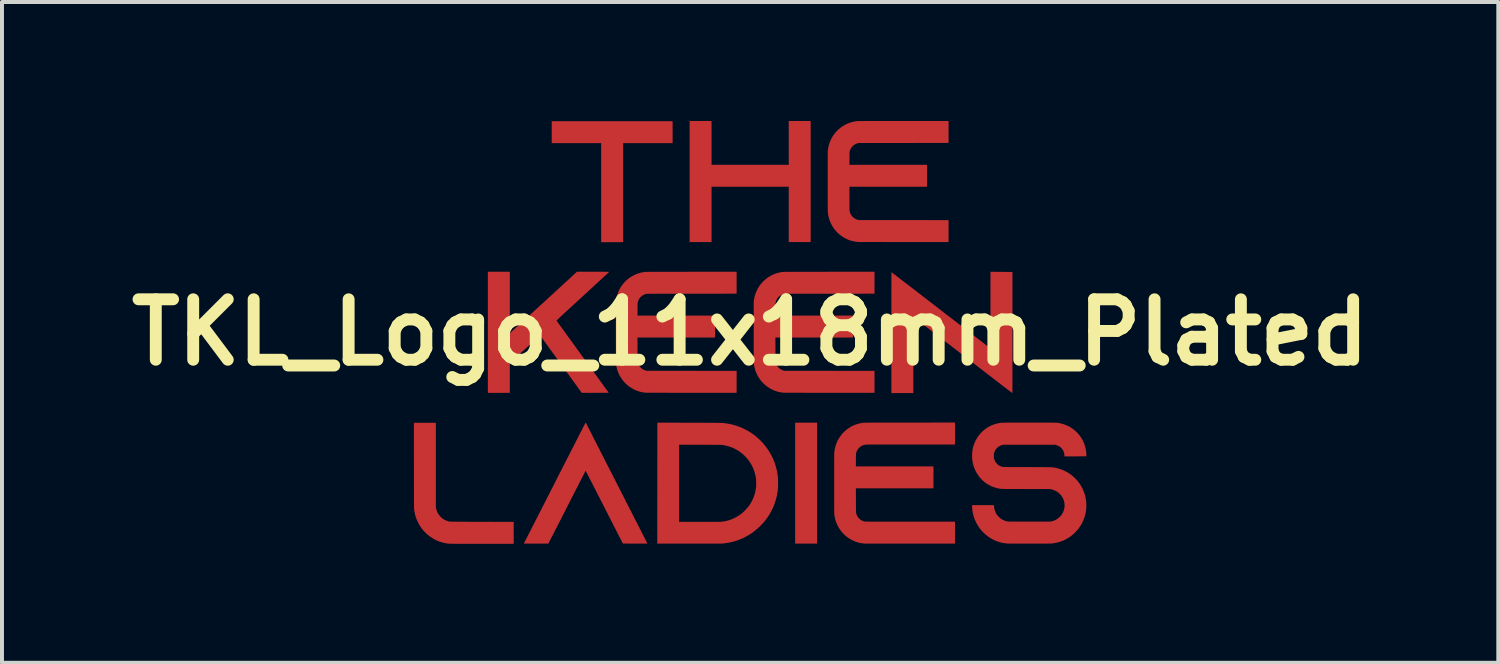
<source format=kicad_pcb>
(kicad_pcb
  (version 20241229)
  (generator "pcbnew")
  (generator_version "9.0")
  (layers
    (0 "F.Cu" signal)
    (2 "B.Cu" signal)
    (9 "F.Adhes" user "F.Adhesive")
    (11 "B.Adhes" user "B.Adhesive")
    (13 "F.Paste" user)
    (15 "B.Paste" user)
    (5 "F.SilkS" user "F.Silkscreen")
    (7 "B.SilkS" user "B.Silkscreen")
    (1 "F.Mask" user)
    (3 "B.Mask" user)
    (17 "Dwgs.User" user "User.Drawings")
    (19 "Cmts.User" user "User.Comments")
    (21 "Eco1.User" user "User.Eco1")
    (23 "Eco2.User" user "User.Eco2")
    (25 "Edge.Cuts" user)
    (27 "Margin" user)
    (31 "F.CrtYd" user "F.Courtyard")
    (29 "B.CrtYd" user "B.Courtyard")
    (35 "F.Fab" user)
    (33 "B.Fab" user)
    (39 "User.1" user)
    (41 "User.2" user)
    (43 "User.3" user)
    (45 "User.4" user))
  (footprint "TKL_Logo_11x18mm_Plated"
    (layer "F.Cu")
    (at 15.864 5.331)
    (property "Reference" "TKL_Logo_11x18mm_Plated" (at 0 0 0) (layer "F.SilkS") (effects (font (size 1.524 1.524) (thickness 0.3))))
    (attr through_hole)
    (pad "1" smd custom (at -8.179 3.912) (size 0.5 0.5) (layers "F.Cu" "F.Mask") (options (anchor circle)) (primitives (gr_poly (pts (xy 0.25 0.503) (xy 0.256 0.533) (xy 0.269 0.577) (xy 0.286 0.62) (xy 0.307 0.66) (xy 0.333 0.698) (xy 0.363 0.733) (xy 0.396 0.766) (xy 0.433 0.794) (xy 0.44 0.799) (xy 0.464 0.813) (xy 0.491 0.827) (xy 0.519 0.84) (xy 0.542 0.848) (xy 0.547 0.85) (xy 0.552 0.852) (xy 0.557 0.853) (xy 0.561 0.855) (xy 0.565 0.856) (xy 0.57 0.857) (xy 0.574 0.859) (xy 0.58 0.86) (xy 0.586 0.861) (xy 0.593 0.862) (xy 0.601 0.862) (xy 0.611 0.863) (xy 0.622 0.864) (xy 0.635 0.864) (xy 0.649 0.865) (xy 0.666 0.865) (xy 0.685 0.865) (xy 0.707 0.866) (xy 0.732 0.866) (xy 0.759 0.866) (xy 0.79 0.867) (xy 0.823 0.867) (xy 0.861 0.867) (xy 0.902 0.867) (xy 0.947 0.867) (xy 0.996 0.867) (xy 1.049 0.868) (xy 1.107 0.868) (xy 1.17 0.868) (xy 1.233 0.868) (xy 1.291 0.868) (xy 1.35 0.869) (xy 1.408 0.869) (xy 1.466 0.869) (xy 1.523 0.869) (xy 1.578 0.869) (xy 1.632 0.869) (xy 1.685 0.87) (xy 1.735 0.87) (xy 1.783 0.87) (xy 1.828 0.87) (xy 1.87 0.87) (xy 1.908 0.87) (xy 1.943 0.87) (xy 1.974 0.87) (xy 2.001 0.87) (xy 2.023 0.871) (xy 2.035 0.871) (xy 2.213 0.871) (xy 2.213 1.414) (xy 1.419 1.414) (xy 1.355 1.414) (xy 1.293 1.414) (xy 1.232 1.414) (xy 1.172 1.414) (xy 1.115 1.414) (xy 1.059 1.414) (xy 1.006 1.413) (xy 0.954 1.413) (xy 0.906 1.413) (xy 0.86 1.413) (xy 0.817 1.413) (xy 0.778 1.413) (xy 0.742 1.413) (xy 0.709 1.413) (xy 0.68 1.412) (xy 0.655 1.412) (xy 0.634 1.412) (xy 0.618 1.412) (xy 0.606 1.412) (xy 0.599 1.412) (xy 0.598 1.412) (xy 0.529 1.404) (xy 0.462 1.391) (xy 0.396 1.374) (xy 0.331 1.352) (xy 0.269 1.325) (xy 0.207 1.294) (xy 0.149 1.258) (xy 0.092 1.219) (xy 0.038 1.175) (xy -0.008 1.131) (xy -0.047 1.09) (xy -0.083 1.049) (xy -0.115 1.006) (xy -0.144 0.961) (xy -0.172 0.912) (xy -0.189 0.88) (xy -0.212 0.831) (xy -0.232 0.783) (xy -0.249 0.735) (xy -0.263 0.686) (xy -0.275 0.635) (xy -0.284 0.58) (xy -0.288 0.556) (xy -0.288 0.553) (xy -0.289 0.55) (xy -0.289 0.546) (xy -0.289 0.541) (xy -0.29 0.536) (xy -0.29 0.53) (xy -0.29 0.522) (xy -0.29 0.513) (xy -0.291 0.503) (xy -0.291 0.491) (xy -0.291 0.478) (xy -0.291 0.462) (xy -0.291 0.445) (xy -0.291 0.425) (xy -0.292 0.403) (xy -0.292 0.379) (xy -0.292 0.352) (xy -0.292 0.322) (xy -0.292 0.289) (xy -0.292 0.253) (xy -0.292 0.214) (xy -0.292 0.172) (xy -0.292 0.127) (xy -0.292 0.077) (xy -0.293 0.024) (xy -0.293 -0.033) (xy -0.293 -0.094) (xy -0.293 -0.159) (xy -0.293 -0.229) (xy -0.293 -0.303) (xy -0.293 -0.382) (xy -0.293 -0.465) (xy -0.293 -0.552) (xy -0.294 -1.628) (xy 0.25 -1.628) (xy 0.25 0.503)) (width 0.01) (fill yes))))
    (pad "1" smd custom (at -5.283 -0.254) (size 0.5 0.5) (layers "F.Cu" "F.Mask") (options (anchor circle)) (primitives (gr_poly (pts (xy -0.782 -0.493) (xy -0.782 -0.43) (xy -0.782 -0.369) (xy -0.782 -0.309) (xy -0.782 -0.251) (xy -0.782 -0.195) (xy -0.782 -0.141) (xy -0.782 -0.09) (xy -0.781 -0.041) (xy -0.781 0.006) (xy -0.781 0.049) (xy -0.781 0.09) (xy -0.781 0.127) (xy -0.781 0.161) (xy -0.781 0.191) (xy -0.781 0.217) (xy -0.781 0.24) (xy -0.781 0.258) (xy -0.781 0.271) (xy -0.781 0.28) (xy -0.78 0.284) (xy -0.78 0.284) (xy -0.778 0.283) (xy -0.773 0.278) (xy -0.764 0.27) (xy -0.751 0.258) (xy -0.735 0.244) (xy -0.717 0.227) (xy -0.695 0.207) (xy -0.67 0.185) (xy -0.643 0.16) (xy -0.613 0.133) (xy -0.581 0.104) (xy -0.547 0.072) (xy -0.51 0.039) (xy -0.472 0.004) (xy -0.431 -0.033) (xy -0.389 -0.072) (xy -0.345 -0.112) (xy -0.3 -0.153) (xy -0.253 -0.195) (xy -0.206 -0.239) (xy -0.157 -0.284) (xy -0.107 -0.329) (xy -0.056 -0.376) (xy -0.005 -0.423) (xy 0.047 -0.47) (xy 0.099 -0.518) (xy 0.151 -0.566) (xy 0.204 -0.614) (xy 0.256 -0.662) (xy 0.309 -0.71) (xy 0.361 -0.758) (xy 0.413 -0.806) (xy 0.464 -0.853) (xy 0.515 -0.899) (xy 0.522 -0.906) (xy 0.918 -1.27) (xy 1.319 -1.27) (xy 1.364 -1.27) (xy 1.407 -1.27) (xy 1.449 -1.27) (xy 1.488 -1.27) (xy 1.526 -1.27) (xy 1.561 -1.27) (xy 1.593 -1.27) (xy 1.622 -1.269) (xy 1.648 -1.269) (xy 1.671 -1.269) (xy 1.689 -1.269) (xy 1.704 -1.269) (xy 1.714 -1.269) (xy 1.719 -1.269) (xy 1.72 -1.269) (xy 1.718 -1.267) (xy 1.713 -1.262) (xy 1.704 -1.254) (xy 1.691 -1.242) (xy 1.676 -1.228) (xy 1.657 -1.211) (xy 1.636 -1.191) (xy 1.612 -1.169) (xy 1.585 -1.144) (xy 1.555 -1.117) (xy 1.523 -1.087) (xy 1.489 -1.056) (xy 1.452 -1.022) (xy 1.414 -0.987) (xy 1.374 -0.95) (xy 1.332 -0.911) (xy 1.288 -0.871) (xy 1.243 -0.83) (xy 1.196 -0.787) (xy 1.149 -0.743) (xy 1.1 -0.698) (xy 1.056 -0.658) (xy 0.99 -0.597) (xy 0.927 -0.54) (xy 0.869 -0.486) (xy 0.814 -0.435) (xy 0.763 -0.388) (xy 0.715 -0.344) (xy 0.67 -0.303) (xy 0.629 -0.266) (xy 0.592 -0.231) (xy 0.558 -0.199) (xy 0.527 -0.171) (xy 0.5 -0.146) (xy 0.476 -0.123) (xy 0.455 -0.103) (xy 0.437 -0.087) (xy 0.422 -0.073) (xy 0.411 -0.062) (xy 0.402 -0.054) (xy 0.397 -0.048) (xy 0.394 -0.045) (xy 0.394 -0.045) (xy 0.395 -0.043) (xy 0.4 -0.036) (xy 0.407 -0.026) (xy 0.417 -0.012) (xy 0.43 0.005) (xy 0.445 0.026) (xy 0.462 0.05) (xy 0.482 0.077) (xy 0.504 0.108) (xy 0.528 0.141) (xy 0.555 0.177) (xy 0.583 0.216) (xy 0.613 0.257) (xy 0.644 0.301) (xy 0.677 0.347) (xy 0.712 0.395) (xy 0.749 0.445) (xy 0.786 0.497) (xy 0.825 0.551) (xy 0.865 0.607) (xy 0.906 0.663) (xy 0.948 0.722) (xy 0.991 0.781) (xy 1.035 0.842) (xy 1.052 0.865) (xy 1.708 1.771) (xy 1.374 1.772) (xy 1.041 1.773) (xy 1.035 1.767) (xy 1.034 1.764) (xy 1.029 1.758) (xy 1.021 1.748) (xy 1.011 1.734) (xy 0.999 1.716) (xy 0.983 1.695) (xy 0.966 1.671) (xy 0.946 1.644) (xy 0.925 1.614) (xy 0.901 1.581) (xy 0.875 1.546) (xy 0.848 1.508) (xy 0.818 1.468) (xy 0.788 1.425) (xy 0.755 1.381) (xy 0.722 1.335) (xy 0.687 1.287) (xy 0.651 1.237) (xy 0.614 1.186) (xy 0.576 1.134) (xy 0.537 1.08) (xy 0.51 1.042) (xy 0.471 0.988) (xy 0.432 0.935) (xy 0.395 0.883) (xy 0.358 0.832) (xy 0.322 0.783) (xy 0.288 0.736) (xy 0.255 0.69) (xy 0.223 0.647) (xy 0.193 0.605) (xy 0.165 0.566) (xy 0.138 0.529) (xy 0.113 0.495) (xy 0.09 0.463) (xy 0.069 0.434) (xy 0.05 0.408) (xy 0.034 0.385) (xy 0.019 0.366) (xy 0.008 0.35) (xy -0.001 0.337) (xy -0.008 0.329) (xy -0.011 0.324) (xy -0.012 0.323) (xy -0.014 0.324) (xy -0.02 0.329) (xy -0.029 0.337) (xy -0.041 0.348) (xy -0.056 0.362) (xy -0.074 0.378) (xy -0.095 0.397) (xy -0.119 0.418) (xy -0.144 0.442) (xy -0.172 0.467) (xy -0.202 0.494) (xy -0.234 0.523) (xy -0.267 0.553) (xy -0.302 0.584) (xy -0.338 0.617) (xy -0.375 0.651) (xy -0.398 0.672) (xy -0.782 1.021) (xy -0.782 1.773) (xy -1.325 1.773) (xy -1.325 -1.27) (xy -0.782 -1.27) (xy -0.782 -0.493)) (width 0.01) (fill yes))))
    (pad "1" smd custom (at -4.724 3.962) (size 0.5 0.5) (layers "F.Cu" "F.Mask") (options (anchor circle)) (primitives (gr_poly (pts (xy 0.578 -1.677) (xy 0.582 -1.671) (xy 0.588 -1.66) (xy 0.595 -1.644) (xy 0.605 -1.625) (xy 0.617 -1.602) (xy 0.631 -1.575) (xy 0.646 -1.545) (xy 0.664 -1.511) (xy 0.683 -1.474) (xy 0.703 -1.433) (xy 0.726 -1.389) (xy 0.749 -1.343) (xy 0.775 -1.293) (xy 0.801 -1.241) (xy 0.829 -1.186) (xy 0.859 -1.129) (xy 0.889 -1.069) (xy 0.921 -1.007) (xy 0.953 -0.943) (xy 0.987 -0.877) (xy 1.022 -0.809) (xy 1.057 -0.74) (xy 1.093 -0.668) (xy 1.13 -0.596) (xy 1.168 -0.522) (xy 1.206 -0.447) (xy 1.228 -0.404) (xy 1.268 -0.326) (xy 1.307 -0.249) (xy 1.346 -0.172) (xy 1.385 -0.095) (xy 1.424 -0.02) (xy 1.462 0.055) (xy 1.499 0.128) (xy 1.536 0.201) (xy 1.572 0.271) (xy 1.607 0.341) (xy 1.642 0.408) (xy 1.675 0.473) (xy 1.708 0.537) (xy 1.739 0.598) (xy 1.769 0.657) (xy 1.797 0.713) (xy 1.825 0.766) (xy 1.85 0.817) (xy 1.874 0.864) (xy 1.897 0.908) (xy 1.918 0.949) (xy 1.937 0.986) (xy 1.954 1.02) (xy 1.969 1.049) (xy 1.982 1.075) (xy 1.993 1.096) (xy 2.002 1.113) (xy 2.018 1.146) (xy 2.034 1.177) (xy 2.05 1.207) (xy 2.064 1.235) (xy 2.077 1.261) (xy 2.089 1.285) (xy 2.1 1.305) (xy 2.109 1.323) (xy 2.116 1.337) (xy 2.122 1.348) (xy 2.125 1.355) (xy 2.126 1.357) (xy 2.126 1.357) (xy 2.124 1.357) (xy 2.116 1.358) (xy 2.105 1.358) (xy 2.089 1.358) (xy 2.069 1.358) (xy 2.046 1.358) (xy 2.02 1.358) (xy 1.99 1.358) (xy 1.958 1.358) (xy 1.924 1.358) (xy 1.888 1.358) (xy 1.85 1.358) (xy 1.822 1.358) (xy 1.518 1.357) (xy 1.404 1.134) (xy 1.393 1.113) (xy 1.38 1.087) (xy 1.365 1.058) (xy 1.348 1.025) (xy 1.33 0.989) (xy 1.309 0.949) (xy 1.287 0.906) (xy 1.264 0.861) (xy 1.24 0.813) (xy 1.214 0.762) (xy 1.187 0.71) (xy 1.16 0.656) (xy 1.132 0.601) (xy 1.103 0.544) (xy 1.073 0.487) (xy 1.043 0.428) (xy 1.014 0.369) (xy 0.983 0.31) (xy 0.953 0.252) (xy 0.934 0.213) (xy 0.905 0.157) (xy 0.877 0.102) (xy 0.85 0.049) (xy 0.824 -0.003) (xy 0.798 -0.053) (xy 0.773 -0.101) (xy 0.75 -0.147) (xy 0.727 -0.191) (xy 0.706 -0.233) (xy 0.686 -0.272) (xy 0.667 -0.308) (xy 0.65 -0.342) (xy 0.634 -0.372) (xy 0.62 -0.399) (xy 0.608 -0.423) (xy 0.598 -0.443) (xy 0.589 -0.459) (xy 0.583 -0.472) (xy 0.579 -0.48) (xy 0.576 -0.484) (xy 0.576 -0.484) (xy 0.575 -0.482) (xy 0.571 -0.475) (xy 0.566 -0.465) (xy 0.558 -0.45) (xy 0.548 -0.431) (xy 0.537 -0.409) (xy 0.524 -0.384) (xy 0.509 -0.355) (xy 0.493 -0.323) (xy 0.475 -0.288) (xy 0.456 -0.251) (xy 0.435 -0.211) (xy 0.413 -0.168) (xy 0.391 -0.124) (xy 0.367 -0.077) (xy 0.342 -0.029) (xy 0.317 0.021) (xy 0.29 0.073) (xy 0.263 0.125) (xy 0.253 0.146) (xy 0.224 0.203) (xy 0.194 0.261) (xy 0.164 0.319) (xy 0.134 0.378) (xy 0.104 0.437) (xy 0.074 0.496) (xy 0.045 0.554) (xy 0.016 0.611) (xy -0.013 0.666) (xy -0.04 0.72) (xy -0.067 0.772) (xy -0.092 0.822) (xy -0.116 0.869) (xy -0.139 0.914) (xy -0.16 0.955) (xy -0.18 0.993) (xy -0.197 1.027) (xy -0.212 1.057) (xy -0.217 1.067) (xy -0.367 1.358) (xy -0.671 1.358) (xy -0.975 1.358) (xy -0.938 1.287) (xy -0.926 1.262) (xy -0.913 1.236) (xy -0.899 1.211) (xy -0.886 1.184) (xy -0.872 1.157) (xy -0.858 1.129) (xy -0.843 1.1) (xy -0.827 1.07) (xy -0.811 1.039) (xy -0.795 1.006) (xy -0.777 0.972) (xy -0.759 0.936) (xy -0.74 0.898) (xy -0.719 0.859) (xy -0.698 0.817) (xy -0.676 0.773) (xy -0.652 0.727) (xy -0.628 0.679) (xy -0.601 0.627) (xy -0.574 0.574) (xy -0.545 0.517) (xy -0.515 0.457) (xy -0.483 0.395) (xy -0.449 0.329) (xy -0.414 0.259) (xy -0.377 0.187) (xy -0.338 0.11) (xy -0.297 0.03) (xy -0.254 -0.054) (xy -0.209 -0.142) (xy -0.162 -0.235) (xy -0.113 -0.331) (xy -0.07 -0.415) (xy -0.032 -0.49) (xy 0.006 -0.565) (xy 0.044 -0.638) (xy 0.08 -0.71) (xy 0.116 -0.78) (xy 0.151 -0.848) (xy 0.185 -0.915) (xy 0.218 -0.98) (xy 0.25 -1.043) (xy 0.281 -1.103) (xy 0.311 -1.162) (xy 0.34 -1.218) (xy 0.367 -1.271) (xy 0.393 -1.322) (xy 0.417 -1.37) (xy 0.44 -1.415) (xy 0.462 -1.456) (xy 0.482 -1.495) (xy 0.5 -1.531) (xy 0.516 -1.563) (xy 0.531 -1.591) (xy 0.544 -1.616) (xy 0.554 -1.637) (xy 0.563 -1.654) (xy 0.57 -1.666) (xy 0.575 -1.675) (xy 0.577 -1.679) (xy 0.577 -1.68) (xy 0.578 -1.677)) (width 0.01) (fill yes))))
    (pad "1" smd custom (at -3.454 -3.962) (size 0.5 0.5) (layers "F.Cu" "F.Mask") (options (anchor circle)) (primitives (gr_poly (pts (xy 1.494 -0.815) (xy 0.247 -0.815) (xy 0.247 1.682) (xy -0.297 1.682) (xy -0.297 -0.815) (xy -1.544 -0.815) (xy -1.544 -1.358) (xy 1.494 -1.358) (xy 1.494 -0.815)) (width 0.01) (fill yes))))
    (pad "1" smd custom (at -3.099 -0.102) (size 0.5 0.5) (layers "F.Cu" "F.Mask") (options (anchor circle)) (primitives (gr_poly (pts (xy 2.753 -0.879) (xy 0.492 -0.877) (xy 0.471 -0.872) (xy 0.433 -0.859) (xy 0.398 -0.843) (xy 0.367 -0.822) (xy 0.338 -0.798) (xy 0.314 -0.771) (xy 0.293 -0.74) (xy 0.276 -0.706) (xy 0.263 -0.669) (xy 0.26 -0.658) (xy 0.259 -0.654) (xy 0.258 -0.649) (xy 0.258 -0.642) (xy 0.257 -0.634) (xy 0.257 -0.624) (xy 0.256 -0.611) (xy 0.256 -0.596) (xy 0.256 -0.577) (xy 0.256 -0.554) (xy 0.255 -0.527) (xy 0.255 -0.496) (xy 0.255 -0.479) (xy 0.254 -0.317) (xy 2.21 -0.317) (xy 2.21 0.226) (xy 0.254 0.226) (xy 0.254 0.523) (xy 0.254 0.569) (xy 0.254 0.612) (xy 0.254 0.649) (xy 0.254 0.683) (xy 0.255 0.712) (xy 0.255 0.738) (xy 0.255 0.761) (xy 0.255 0.78) (xy 0.256 0.797) (xy 0.256 0.812) (xy 0.257 0.824) (xy 0.258 0.834) (xy 0.258 0.843) (xy 0.259 0.851) (xy 0.261 0.858) (xy 0.262 0.864) (xy 0.264 0.87) (xy 0.265 0.876) (xy 0.267 0.882) (xy 0.269 0.885) (xy 0.283 0.92) (xy 0.301 0.951) (xy 0.323 0.98) (xy 0.349 1.006) (xy 0.378 1.029) (xy 0.41 1.048) (xy 0.444 1.062) (xy 0.464 1.069) (xy 0.489 1.076) (xy 1.621 1.076) (xy 2.753 1.077) (xy 2.753 1.62) (xy 1.62 1.62) (xy 1.544 1.62) (xy 1.47 1.62) (xy 1.396 1.62) (xy 1.324 1.62) (xy 1.254 1.62) (xy 1.186 1.62) (xy 1.12 1.62) (xy 1.056 1.62) (xy 0.994 1.619) (xy 0.935 1.619) (xy 0.878 1.619) (xy 0.825 1.619) (xy 0.774 1.619) (xy 0.727 1.619) (xy 0.682 1.619) (xy 0.642 1.619) (xy 0.605 1.619) (xy 0.572 1.618) (xy 0.542 1.618) (xy 0.518 1.618) (xy 0.497 1.618) (xy 0.481 1.618) (xy 0.469 1.618) (xy 0.463 1.618) (xy 0.461 1.617) (xy 0.399 1.609) (xy 0.337 1.597) (xy 0.277 1.579) (xy 0.218 1.557) (xy 0.161 1.53) (xy 0.107 1.499) (xy 0.054 1.464) (xy 0.005 1.426) (xy -0.042 1.383) (xy -0.085 1.336) (xy -0.101 1.317) (xy -0.14 1.264) (xy -0.174 1.21) (xy -0.204 1.154) (xy -0.23 1.095) (xy -0.25 1.034) (xy -0.266 0.971) (xy -0.278 0.905) (xy -0.279 0.894) (xy -0.28 0.889) (xy -0.28 0.879) (xy -0.28 0.864) (xy -0.281 0.845) (xy -0.281 0.822) (xy -0.281 0.794) (xy -0.282 0.764) (xy -0.282 0.73) (xy -0.282 0.693) (xy -0.282 0.653) (xy -0.282 0.61) (xy -0.283 0.565) (xy -0.283 0.518) (xy -0.283 0.468) (xy -0.283 0.418) (xy -0.283 0.365) (xy -0.283 0.312) (xy -0.283 0.257) (xy -0.283 0.202) (xy -0.283 0.147) (xy -0.283 0.091) (xy -0.283 0.036) (xy -0.283 -0.02) (xy -0.283 -0.075) (xy -0.283 -0.129) (xy -0.283 -0.182) (xy -0.283 -0.234) (xy -0.283 -0.284) (xy -0.283 -0.333) (xy -0.283 -0.379) (xy -0.282 -0.423) (xy -0.282 -0.465) (xy -0.282 -0.504) (xy -0.282 -0.541) (xy -0.282 -0.574) (xy -0.281 -0.603) (xy -0.281 -0.629) (xy -0.281 -0.651) (xy -0.28 -0.668) (xy -0.28 -0.682) (xy -0.28 -0.69) (xy -0.28 -0.693) (xy -0.269 -0.759) (xy -0.254 -0.823) (xy -0.234 -0.884) (xy -0.21 -0.943) (xy -0.181 -1) (xy -0.148 -1.055) (xy -0.109 -1.108) (xy -0.103 -1.116) (xy -0.089 -1.133) (xy -0.072 -1.151) (xy -0.054 -1.171) (xy -0.035 -1.19) (xy -0.017 -1.207) (xy 0.000107 -1.223) (xy 0.002 -1.224) (xy 0.05 -1.263) (xy 0.102 -1.297) (xy 0.156 -1.328) (xy 0.212 -1.355) (xy 0.269 -1.378) (xy 0.327 -1.395) (xy 0.387 -1.408) (xy 0.388 -1.408) (xy 0.393 -1.409) (xy 0.398 -1.41) (xy 0.403 -1.411) (xy 0.407 -1.412) (xy 0.411 -1.413) (xy 0.416 -1.414) (xy 0.42 -1.414) (xy 0.425 -1.415) (xy 0.431 -1.415) (xy 0.437 -1.416) (xy 0.444 -1.417) (xy 0.452 -1.417) (xy 0.461 -1.417) (xy 0.472 -1.418) (xy 0.484 -1.418) (xy 0.497 -1.419) (xy 0.512 -1.419) (xy 0.529 -1.419) (xy 0.547 -1.419) (xy 0.568 -1.42) (xy 0.591 -1.42) (xy 0.617 -1.42) (xy 0.645 -1.42) (xy 0.676 -1.42) (xy 0.709 -1.421) (xy 0.746 -1.421) (xy 0.786 -1.421) (xy 0.828 -1.421) (xy 0.875 -1.421) (xy 0.925 -1.421) (xy 0.978 -1.421) (xy 1.036 -1.421) (xy 1.097 -1.421) (xy 1.163 -1.421) (xy 1.233 -1.421) (xy 1.307 -1.421) (xy 1.386 -1.421) (xy 1.469 -1.421) (xy 1.558 -1.422) (xy 1.61 -1.422) (xy 2.753 -1.422) (xy 2.753 -0.879)) (width 0.01) (fill yes))))
    (pad "1" smd custom (at -2.083 3.658) (size 0.5 0.5) (layers "F.Cu" "F.Mask") (options (anchor circle)) (primitives (gr_poly (pts (xy 0.154 -1.377) (xy 0.208 -1.377) (xy 0.266 -1.377) (xy 0.327 -1.376) (xy 0.391 -1.376) (xy 0.457 -1.376) (xy 0.524 -1.376) (xy 0.591 -1.376) (xy 0.658 -1.376) (xy 0.723 -1.375) (xy 0.787 -1.375) (xy 0.848 -1.375) (xy 0.905 -1.375) (xy 0.958 -1.374) (xy 0.958 -1.374) (xy 1.012 -1.374) (xy 1.062 -1.374) (xy 1.107 -1.374) (xy 1.148 -1.373) (xy 1.186 -1.373) (xy 1.219 -1.373) (xy 1.249 -1.372) (xy 1.276 -1.372) (xy 1.3 -1.372) (xy 1.321 -1.371) (xy 1.34 -1.371) (xy 1.357 -1.37) (xy 1.372 -1.37) (xy 1.386 -1.369) (xy 1.398 -1.368) (xy 1.409 -1.367) (xy 1.42 -1.366) (xy 1.431 -1.365) (xy 1.441 -1.364) (xy 1.451 -1.363) (xy 1.462 -1.361) (xy 1.474 -1.359) (xy 1.477 -1.359) (xy 1.565 -1.344) (xy 1.651 -1.324) (xy 1.736 -1.299) (xy 1.818 -1.27) (xy 1.898 -1.236) (xy 1.976 -1.197) (xy 2.053 -1.154) (xy 2.126 -1.106) (xy 2.177 -1.07) (xy 2.208 -1.046) (xy 2.241 -1.018) (xy 2.275 -0.988) (xy 2.309 -0.957) (xy 2.342 -0.926) (xy 2.373 -0.895) (xy 2.401 -0.864) (xy 2.418 -0.845) (xy 2.474 -0.775) (xy 2.525 -0.704) (xy 2.572 -0.63) (xy 2.615 -0.554) (xy 2.653 -0.476) (xy 2.686 -0.396) (xy 2.714 -0.314) (xy 2.738 -0.23) (xy 2.757 -0.145) (xy 2.767 -0.087) (xy 2.771 -0.061) (xy 2.774 -0.038) (xy 2.777 -0.017) (xy 2.779 0.004) (xy 2.78 0.024) (xy 2.781 0.046) (xy 2.782 0.069) (xy 2.782 0.095) (xy 2.782 0.125) (xy 2.782 0.139) (xy 2.782 0.171) (xy 2.782 0.198) (xy 2.782 0.223) (xy 2.781 0.244) (xy 2.78 0.264) (xy 2.778 0.284) (xy 2.776 0.303) (xy 2.774 0.324) (xy 2.771 0.347) (xy 2.77 0.355) (xy 2.755 0.442) (xy 2.735 0.528) (xy 2.711 0.611) (xy 2.682 0.693) (xy 2.648 0.773) (xy 2.61 0.851) (xy 2.567 0.927) (xy 2.519 1) (xy 2.477 1.059) (xy 2.461 1.079) (xy 2.446 1.098) (xy 2.431 1.116) (xy 2.416 1.133) (xy 2.399 1.152) (xy 2.379 1.174) (xy 2.373 1.179) (xy 2.309 1.244) (xy 2.243 1.303) (xy 2.175 1.358) (xy 2.105 1.409) (xy 2.032 1.455) (xy 1.957 1.496) (xy 1.88 1.534) (xy 1.8 1.567) (xy 1.768 1.578) (xy 1.697 1.601) (xy 1.625 1.621) (xy 1.549 1.637) (xy 1.47 1.65) (xy 1.424 1.656) (xy 1.375 1.662) (xy 0.561 1.663) (xy -0.254 1.663) (xy -0.254 1.125) (xy 0.285 1.125) (xy 0.815 1.124) (xy 0.876 1.124) (xy 0.933 1.124) (xy 0.985 1.124) (xy 1.033 1.124) (xy 1.076 1.124) (xy 1.116 1.123) (xy 1.151 1.123) (xy 1.183 1.123) (xy 1.212 1.123) (xy 1.237 1.123) (xy 1.26 1.123) (xy 1.28 1.122) (xy 1.297 1.122) (xy 1.312 1.122) (xy 1.325 1.122) (xy 1.336 1.122) (xy 1.345 1.121) (xy 1.353 1.121) (xy 1.36 1.12) (xy 1.366 1.12) (xy 1.37 1.12) (xy 1.375 1.119) (xy 1.377 1.119) (xy 1.435 1.11) (xy 1.489 1.099) (xy 1.541 1.085) (xy 1.591 1.069) (xy 1.64 1.049) (xy 1.689 1.027) (xy 1.694 1.024) (xy 1.748 0.996) (xy 1.798 0.965) (xy 1.845 0.932) (xy 1.891 0.896) (xy 1.935 0.856) (xy 1.955 0.837) (xy 2.003 0.784) (xy 2.048 0.73) (xy 2.088 0.672) (xy 2.123 0.613) (xy 2.154 0.551) (xy 2.18 0.487) (xy 2.202 0.42) (xy 2.22 0.351) (xy 2.232 0.28) (xy 2.234 0.266) (xy 2.236 0.255) (xy 2.237 0.243) (xy 2.238 0.231) (xy 2.238 0.216) (xy 2.239 0.199) (xy 2.239 0.178) (xy 2.239 0.154) (xy 2.239 0.147) (xy 2.239 0.118) (xy 2.239 0.093) (xy 2.238 0.072) (xy 2.237 0.053) (xy 2.235 0.035) (xy 2.233 0.017) (xy 2.23 -0.001) (xy 2.227 -0.021) (xy 2.225 -0.033) (xy 2.209 -0.101) (xy 2.189 -0.168) (xy 2.164 -0.233) (xy 2.135 -0.296) (xy 2.101 -0.356) (xy 2.063 -0.414) (xy 2.021 -0.47) (xy 1.975 -0.522) (xy 1.926 -0.571) (xy 1.873 -0.616) (xy 1.857 -0.629) (xy 1.838 -0.643) (xy 1.816 -0.658) (xy 1.795 -0.673) (xy 1.774 -0.686) (xy 1.755 -0.698) (xy 1.744 -0.704) (xy 1.686 -0.734) (xy 1.626 -0.761) (xy 1.563 -0.783) (xy 1.5 -0.801) (xy 1.437 -0.815) (xy 1.426 -0.817) (xy 1.418 -0.818) (xy 1.41 -0.82) (xy 1.403 -0.821) (xy 1.396 -0.822) (xy 1.388 -0.823) (xy 1.381 -0.824) (xy 1.373 -0.824) (xy 1.364 -0.825) (xy 1.354 -0.826) (xy 1.343 -0.826) (xy 1.331 -0.827) (xy 1.317 -0.827) (xy 1.301 -0.828) (xy 1.283 -0.828) (xy 1.263 -0.828) (xy 1.24 -0.829) (xy 1.214 -0.829) (xy 1.185 -0.829) (xy 1.154 -0.829) (xy 1.118 -0.829) (xy 1.079 -0.83) (xy 1.036 -0.83) (xy 0.989 -0.83) (xy 0.938 -0.83) (xy 0.882 -0.83) (xy 0.821 -0.83) (xy 0.812 -0.83) (xy 0.285 -0.831) (xy 0.285 1.125) (xy -0.254 1.125) (xy -0.253 0.143) (xy -0.252 -1.377) (xy 0.154 -1.377)) (width 0.01) (fill yes))))
    (pad "1" smd custom (at 0 -3.962) (size 0.5 0.5) (layers "F.Cu" "F.Mask") (options (anchor circle)) (primitives (gr_poly (pts (xy -0.978 -0.259) (xy 0.978 -0.259) (xy 0.978 -1.363) (xy 1.521 -1.363) (xy 1.521 1.679) (xy 0.978 1.679) (xy 0.978 0.285) (xy -0.978 0.285) (xy -0.978 1.679) (xy -1.521 1.679) (xy -1.521 -1.363) (xy -0.978 -1.363) (xy -0.978 -0.259)) (width 0.01) (fill yes))))
    (pad "1" smd custom (at 0.406 -0.102) (size 0.5 0.5) (layers "F.Cu" "F.Mask") (options (anchor circle)) (primitives (gr_poly (pts (xy 2.725 -0.879) (xy 0.463 -0.877) (xy 0.439 -0.871) (xy 0.402 -0.858) (xy 0.368 -0.841) (xy 0.336 -0.821) (xy 0.309 -0.797) (xy 0.284 -0.769) (xy 0.264 -0.739) (xy 0.248 -0.706) (xy 0.243 -0.693) (xy 0.239 -0.684) (xy 0.237 -0.675) (xy 0.234 -0.667) (xy 0.232 -0.658) (xy 0.231 -0.649) (xy 0.229 -0.638) (xy 0.228 -0.626) (xy 0.227 -0.612) (xy 0.227 -0.595) (xy 0.226 -0.575) (xy 0.226 -0.552) (xy 0.226 -0.526) (xy 0.226 -0.494) (xy 0.226 -0.469) (xy 0.226 -0.317) (xy 2.182 -0.317) (xy 2.182 0.226) (xy 0.226 0.226) (xy 0.227 0.534) (xy 0.227 0.842) (xy 0.234 0.867) (xy 0.247 0.904) (xy 0.264 0.937) (xy 0.285 0.968) (xy 0.309 0.996) (xy 0.337 1.02) (xy 0.368 1.041) (xy 0.402 1.057) (xy 0.436 1.069) (xy 0.461 1.076) (xy 1.593 1.076) (xy 2.725 1.077) (xy 2.725 1.62) (xy 1.592 1.62) (xy 1.516 1.62) (xy 1.441 1.62) (xy 1.368 1.62) (xy 1.296 1.62) (xy 1.226 1.62) (xy 1.158 1.62) (xy 1.092 1.62) (xy 1.027 1.62) (xy 0.966 1.619) (xy 0.907 1.619) (xy 0.85 1.619) (xy 0.796 1.619) (xy 0.746 1.619) (xy 0.698 1.619) (xy 0.654 1.619) (xy 0.613 1.619) (xy 0.576 1.619) (xy 0.543 1.618) (xy 0.514 1.618) (xy 0.489 1.618) (xy 0.469 1.618) (xy 0.452 1.618) (xy 0.441 1.618) (xy 0.434 1.618) (xy 0.433 1.617) (xy 0.37 1.609) (xy 0.309 1.597) (xy 0.248 1.579) (xy 0.19 1.557) (xy 0.133 1.53) (xy 0.078 1.499) (xy 0.026 1.464) (xy -0.023 1.425) (xy -0.07 1.383) (xy -0.113 1.336) (xy -0.13 1.316) (xy -0.169 1.263) (xy -0.203 1.209) (xy -0.233 1.153) (xy -0.258 1.094) (xy -0.279 1.033) (xy -0.295 0.969) (xy -0.299 0.947) (xy -0.301 0.941) (xy -0.302 0.936) (xy -0.303 0.931) (xy -0.303 0.926) (xy -0.304 0.92) (xy -0.305 0.915) (xy -0.306 0.909) (xy -0.306 0.902) (xy -0.307 0.894) (xy -0.308 0.885) (xy -0.308 0.875) (xy -0.309 0.864) (xy -0.309 0.851) (xy -0.309 0.837) (xy -0.31 0.82) (xy -0.31 0.802) (xy -0.31 0.781) (xy -0.31 0.757) (xy -0.311 0.732) (xy -0.311 0.703) (xy -0.311 0.671) (xy -0.311 0.636) (xy -0.311 0.598) (xy -0.311 0.556) (xy -0.311 0.51) (xy -0.311 0.461) (xy -0.311 0.408) (xy -0.311 0.35) (xy -0.311 0.288) (xy -0.311 0.221) (xy -0.311 0.15) (xy -0.311 0.095) (xy -0.311 -0.677) (xy -0.306 -0.713) (xy -0.294 -0.774) (xy -0.279 -0.832) (xy -0.261 -0.888) (xy -0.26 -0.891) (xy -0.254 -0.906) (xy -0.247 -0.923) (xy -0.238 -0.943) (xy -0.228 -0.963) (xy -0.218 -0.983) (xy -0.209 -1.001) (xy -0.2 -1.017) (xy -0.198 -1.02) (xy -0.163 -1.074) (xy -0.124 -1.124) (xy -0.082 -1.172) (xy -0.036 -1.215) (xy 0.013 -1.256) (xy 0.065 -1.292) (xy 0.119 -1.324) (xy 0.174 -1.351) (xy 0.209 -1.366) (xy 0.244 -1.379) (xy 0.279 -1.39) (xy 0.315 -1.399) (xy 0.354 -1.407) (xy 0.397 -1.415) (xy 0.41 -1.417) (xy 0.413 -1.417) (xy 0.416 -1.417) (xy 0.42 -1.418) (xy 0.424 -1.418) (xy 0.43 -1.418) (xy 0.437 -1.418) (xy 0.445 -1.419) (xy 0.454 -1.419) (xy 0.465 -1.419) (xy 0.478 -1.419) (xy 0.493 -1.419) (xy 0.509 -1.42) (xy 0.528 -1.42) (xy 0.549 -1.42) (xy 0.572 -1.42) (xy 0.598 -1.42) (xy 0.626 -1.42) (xy 0.658 -1.42) (xy 0.692 -1.42) (xy 0.729 -1.421) (xy 0.77 -1.421) (xy 0.814 -1.421) (xy 0.861 -1.421) (xy 0.912 -1.421) (xy 0.967 -1.421) (xy 1.026 -1.421) (xy 1.089 -1.421) (xy 1.156 -1.421) (xy 1.227 -1.421) (xy 1.303 -1.421) (xy 1.384 -1.421) (xy 1.469 -1.421) (xy 1.559 -1.422) (xy 1.582 -1.422) (xy 2.725 -1.422) (xy 2.725 -0.879)) (width 0.01) (fill yes))))
    (pad "1" smd custom (at 1.422 3.658) (size 0.5 0.5) (layers "F.Cu" "F.Mask") (options (anchor circle)) (primitives (gr_poly (pts (xy 0.261 1.663) (xy -0.282 1.663) (xy -0.282 -1.377) (xy 0.261 -1.377) (xy 0.261 1.663)) (width 0.01) (fill yes))))
    (pad "1" smd custom (at 2.286 -3.962) (size 0.5 0.5) (layers "F.Cu" "F.Mask") (options (anchor circle)) (primitives (gr_poly (pts (xy 2.712 -0.82) (xy 1.58 -0.819) (xy 0.448 -0.819) (xy 0.423 -0.812) (xy 0.387 -0.799) (xy 0.354 -0.783) (xy 0.323 -0.762) (xy 0.295 -0.738) (xy 0.271 -0.71) (xy 0.25 -0.679) (xy 0.234 -0.646) (xy 0.221 -0.61) (xy 0.215 -0.585) (xy 0.214 -0.422) (xy 0.213 -0.259) (xy 2.169 -0.259) (xy 2.169 0.285) (xy 0.213 0.285) (xy 0.213 0.581) (xy 0.213 0.634) (xy 0.213 0.683) (xy 0.213 0.727) (xy 0.214 0.765) (xy 0.214 0.799) (xy 0.214 0.828) (xy 0.214 0.852) (xy 0.215 0.871) (xy 0.215 0.885) (xy 0.216 0.894) (xy 0.216 0.896) (xy 0.219 0.915) (xy 0.225 0.936) (xy 0.233 0.957) (xy 0.241 0.977) (xy 0.248 0.99) (xy 0.269 1.023) (xy 0.294 1.051) (xy 0.321 1.076) (xy 0.352 1.097) (xy 0.386 1.114) (xy 0.424 1.127) (xy 0.426 1.128) (xy 0.451 1.134) (xy 1.581 1.135) (xy 2.712 1.136) (xy 2.712 1.679) (xy 1.586 1.679) (xy 1.511 1.679) (xy 1.436 1.679) (xy 1.363 1.679) (xy 1.292 1.679) (xy 1.222 1.679) (xy 1.154 1.679) (xy 1.088 1.678) (xy 1.024 1.678) (xy 0.962 1.678) (xy 0.903 1.678) (xy 0.847 1.678) (xy 0.793 1.678) (xy 0.743 1.678) (xy 0.695 1.678) (xy 0.651 1.678) (xy 0.611 1.677) (xy 0.574 1.677) (xy 0.541 1.677) (xy 0.512 1.677) (xy 0.487 1.677) (xy 0.467 1.677) (xy 0.451 1.677) (xy 0.439 1.677) (xy 0.433 1.676) (xy 0.432 1.676) (xy 0.369 1.669) (xy 0.307 1.657) (xy 0.246 1.641) (xy 0.188 1.62) (xy 0.131 1.594) (xy 0.076 1.564) (xy 0.023 1.529) (xy -0.027 1.491) (xy -0.075 1.449) (xy -0.119 1.403) (xy -0.16 1.353) (xy -0.167 1.343) (xy -0.201 1.293) (xy -0.232 1.239) (xy -0.258 1.183) (xy -0.281 1.125) (xy -0.299 1.065) (xy -0.313 1.003) (xy -0.322 0.942) (xy -0.323 0.93) (xy -0.323 0.924) (xy -0.323 0.913) (xy -0.324 0.897) (xy -0.324 0.876) (xy -0.324 0.85) (xy -0.324 0.819) (xy -0.324 0.783) (xy -0.325 0.742) (xy -0.325 0.696) (xy -0.325 0.646) (xy -0.325 0.59) (xy -0.325 0.53) (xy -0.325 0.465) (xy -0.325 0.395) (xy -0.325 0.32) (xy -0.325 0.241) (xy -0.325 0.158) (xy -0.325 0.074) (xy -0.325 -0.006) (xy -0.325 -0.08) (xy -0.325 -0.15) (xy -0.325 -0.215) (xy -0.325 -0.275) (xy -0.325 -0.331) (xy -0.325 -0.381) (xy -0.325 -0.427) (xy -0.324 -0.468) (xy -0.324 -0.504) (xy -0.324 -0.535) (xy -0.324 -0.561) (xy -0.324 -0.582) (xy -0.323 -0.598) (xy -0.323 -0.608) (xy -0.323 -0.614) (xy -0.314 -0.678) (xy -0.301 -0.741) (xy -0.284 -0.802) (xy -0.261 -0.861) (xy -0.235 -0.919) (xy -0.203 -0.974) (xy -0.168 -1.026) (xy -0.129 -1.076) (xy -0.086 -1.123) (xy -0.039 -1.166) (xy 0.002 -1.199) (xy 0.055 -1.236) (xy 0.11 -1.268) (xy 0.168 -1.296) (xy 0.227 -1.319) (xy 0.288 -1.337) (xy 0.35 -1.351) (xy 0.415 -1.36) (xy 0.427 -1.361) (xy 0.433 -1.361) (xy 0.442 -1.361) (xy 0.457 -1.361) (xy 0.476 -1.362) (xy 0.5 -1.362) (xy 0.528 -1.362) (xy 0.561 -1.362) (xy 0.599 -1.362) (xy 0.642 -1.363) (xy 0.689 -1.363) (xy 0.741 -1.363) (xy 0.798 -1.363) (xy 0.86 -1.363) (xy 0.926 -1.363) (xy 0.998 -1.363) (xy 1.074 -1.363) (xy 1.156 -1.363) (xy 1.242 -1.363) (xy 1.333 -1.363) (xy 1.43 -1.363) (xy 1.531 -1.363) (xy 1.586 -1.363) (xy 2.712 -1.363) (xy 2.712 -0.82)) (width 0.01) (fill yes))))
    (pad "1" smd custom (at 2.438 3.658) (size 0.5 0.5) (layers "F.Cu" "F.Mask") (options (anchor circle)) (primitives (gr_poly (pts (xy 2.722 -0.836) (xy 1.611 -0.836) (xy 1.508 -0.836) (xy 1.41 -0.836) (xy 1.316 -0.836) (xy 1.228 -0.836) (xy 1.145 -0.836) (xy 1.066 -0.836) (xy 0.993 -0.836) (xy 0.924 -0.836) (xy 0.861 -0.835) (xy 0.802 -0.835) (xy 0.748 -0.835) (xy 0.7 -0.835) (xy 0.656 -0.835) (xy 0.616 -0.835) (xy 0.582 -0.835) (xy 0.552 -0.834) (xy 0.528 -0.834) (xy 0.508 -0.834) (xy 0.492 -0.834) (xy 0.482 -0.834) (xy 0.476 -0.833) (xy 0.475 -0.833) (xy 0.438 -0.827) (xy 0.403 -0.816) (xy 0.37 -0.801) (xy 0.339 -0.78) (xy 0.31 -0.756) (xy 0.284 -0.728) (xy 0.263 -0.697) (xy 0.246 -0.664) (xy 0.237 -0.641) (xy 0.234 -0.632) (xy 0.232 -0.624) (xy 0.23 -0.616) (xy 0.228 -0.607) (xy 0.227 -0.597) (xy 0.226 -0.585) (xy 0.225 -0.572) (xy 0.224 -0.556) (xy 0.224 -0.538) (xy 0.224 -0.516) (xy 0.223 -0.49) (xy 0.223 -0.461) (xy 0.223 -0.426) (xy 0.223 -0.424) (xy 0.223 -0.275) (xy 2.179 -0.275) (xy 2.179 0.269) (xy 0.223 0.269) (xy 0.224 0.576) (xy 0.224 0.622) (xy 0.224 0.664) (xy 0.224 0.701) (xy 0.224 0.734) (xy 0.225 0.763) (xy 0.225 0.788) (xy 0.225 0.81) (xy 0.225 0.829) (xy 0.226 0.846) (xy 0.226 0.86) (xy 0.227 0.872) (xy 0.227 0.882) (xy 0.228 0.89) (xy 0.229 0.897) (xy 0.23 0.904) (xy 0.231 0.909) (xy 0.233 0.914) (xy 0.235 0.919) (xy 0.236 0.925) (xy 0.238 0.931) (xy 0.24 0.934) (xy 0.253 0.967) (xy 0.272 0.997) (xy 0.294 1.025) (xy 0.319 1.051) (xy 0.348 1.073) (xy 0.379 1.091) (xy 0.413 1.105) (xy 0.414 1.106) (xy 0.417 1.107) (xy 0.42 1.108) (xy 0.422 1.109) (xy 0.425 1.11) (xy 0.427 1.111) (xy 0.43 1.112) (xy 0.433 1.112) (xy 0.437 1.113) (xy 0.441 1.114) (xy 0.446 1.114) (xy 0.452 1.115) (xy 0.458 1.115) (xy 0.467 1.116) (xy 0.476 1.116) (xy 0.487 1.117) (xy 0.5 1.117) (xy 0.514 1.118) (xy 0.53 1.118) (xy 0.548 1.118) (xy 0.569 1.118) (xy 0.592 1.119) (xy 0.617 1.119) (xy 0.645 1.119) (xy 0.675 1.119) (xy 0.709 1.119) (xy 0.745 1.119) (xy 0.785 1.119) (xy 0.828 1.12) (xy 0.875 1.12) (xy 0.925 1.12) (xy 0.979 1.12) (xy 1.036 1.12) (xy 1.098 1.12) (xy 1.164 1.12) (xy 1.235 1.12) (xy 1.309 1.12) (xy 1.389 1.12) (xy 1.473 1.12) (xy 1.562 1.12) (xy 2.722 1.12) (xy 2.722 1.663) (xy 1.585 1.663) (xy 1.509 1.663) (xy 1.435 1.663) (xy 1.362 1.663) (xy 1.29 1.663) (xy 1.22 1.663) (xy 1.152 1.663) (xy 1.086 1.662) (xy 1.023 1.662) (xy 0.961 1.662) (xy 0.903 1.662) (xy 0.847 1.662) (xy 0.793 1.662) (xy 0.743 1.662) (xy 0.696 1.662) (xy 0.653 1.662) (xy 0.613 1.662) (xy 0.577 1.662) (xy 0.544 1.662) (xy 0.516 1.662) (xy 0.491 1.662) (xy 0.471 1.662) (xy 0.456 1.662) (xy 0.445 1.662) (xy 0.439 1.661) (xy 0.438 1.661) (xy 0.375 1.654) (xy 0.314 1.642) (xy 0.255 1.625) (xy 0.197 1.604) (xy 0.139 1.577) (xy 0.131 1.573) (xy 0.076 1.543) (xy 0.023 1.508) (xy -0.026 1.469) (xy -0.073 1.426) (xy -0.116 1.38) (xy -0.155 1.33) (xy -0.19 1.278) (xy -0.222 1.223) (xy -0.249 1.166) (xy -0.257 1.148) (xy -0.277 1.09) (xy -0.293 1.031) (xy -0.305 0.97) (xy -0.313 0.91) (xy -0.313 0.904) (xy -0.313 0.894) (xy -0.313 0.879) (xy -0.313 0.859) (xy -0.314 0.836) (xy -0.314 0.809) (xy -0.314 0.778) (xy -0.314 0.743) (xy -0.314 0.706) (xy -0.315 0.666) (xy -0.315 0.623) (xy -0.315 0.578) (xy -0.315 0.531) (xy -0.315 0.482) (xy -0.315 0.431) (xy -0.315 0.379) (xy -0.315 0.326) (xy -0.315 0.272) (xy -0.315 0.218) (xy -0.315 0.163) (xy -0.315 0.108) (xy -0.315 0.053) (xy -0.315 -0.001) (xy -0.315 -0.055) (xy -0.315 -0.107) (xy -0.315 -0.159) (xy -0.315 -0.209) (xy -0.315 -0.258) (xy -0.315 -0.304) (xy -0.315 -0.349) (xy -0.314 -0.391) (xy -0.314 -0.431) (xy -0.314 -0.467) (xy -0.314 -0.5) (xy -0.314 -0.53) (xy -0.314 -0.557) (xy -0.313 -0.579) (xy -0.313 -0.598) (xy -0.313 -0.611) (xy -0.313 -0.621) (xy -0.312 -0.624) (xy -0.305 -0.688) (xy -0.292 -0.75) (xy -0.275 -0.81) (xy -0.254 -0.868) (xy -0.229 -0.924) (xy -0.199 -0.978) (xy -0.166 -1.029) (xy -0.129 -1.078) (xy -0.089 -1.124) (xy -0.045 -1.166) (xy 0.001 -1.206) (xy 0.051 -1.241) (xy 0.103 -1.274) (xy 0.157 -1.302) (xy 0.214 -1.326) (xy 0.274 -1.345) (xy 0.335 -1.361) (xy 0.34 -1.362) (xy 0.346 -1.363) (xy 0.352 -1.364) (xy 0.357 -1.365) (xy 0.362 -1.366) (xy 0.367 -1.367) (xy 0.372 -1.368) (xy 0.377 -1.369) (xy 0.382 -1.37) (xy 0.388 -1.371) (xy 0.394 -1.372) (xy 0.401 -1.372) (xy 0.408 -1.373) (xy 0.417 -1.374) (xy 0.427 -1.374) (xy 0.438 -1.375) (xy 0.451 -1.375) (xy 0.465 -1.376) (xy 0.481 -1.376) (xy 0.499 -1.376) (xy 0.518 -1.377) (xy 0.54 -1.377) (xy 0.565 -1.377) (xy 0.591 -1.377) (xy 0.62 -1.378) (xy 0.652 -1.378) (xy 0.687 -1.378) (xy 0.725 -1.378) (xy 0.766 -1.378) (xy 0.811 -1.378) (xy 0.858 -1.378) (xy 0.91 -1.378) (xy 0.965 -1.378) (xy 1.024 -1.378) (xy 1.087 -1.379) (xy 1.154 -1.379) (xy 1.226 -1.379) (xy 1.302 -1.379) (xy 1.382 -1.379) (xy 1.468 -1.379) (xy 1.558 -1.379) (xy 1.584 -1.379) (xy 2.722 -1.38) (xy 2.722 -0.836)) (width 0.01) (fill yes))))
    (pad "1" smd custom (at 3.861 0) (size 0.5 0.5) (layers "F.Cu" "F.Mask") (options (anchor circle)) (primitives (gr_poly (pts (xy 2.327 -1.522) (xy 2.354 -1.522) (xy 2.386 -1.522) (xy 2.42 -1.522) (xy 2.456 -1.521) (xy 2.493 -1.521) (xy 2.529 -1.52) (xy 2.564 -1.52) (xy 2.597 -1.52) (xy 2.598 -1.52) (xy 2.748 -1.518) (xy 2.748 0.002) (xy 2.748 0.089) (xy 2.748 0.176) (xy 2.748 0.261) (xy 2.748 0.344) (xy 2.748 0.426) (xy 2.748 0.506) (xy 2.748 0.584) (xy 2.747 0.659) (xy 2.747 0.733) (xy 2.747 0.804) (xy 2.747 0.873) (xy 2.747 0.939) (xy 2.747 1.002) (xy 2.747 1.063) (xy 2.747 1.12) (xy 2.747 1.174) (xy 2.747 1.224) (xy 2.747 1.272) (xy 2.747 1.315) (xy 2.747 1.355) (xy 2.747 1.391) (xy 2.747 1.423) (xy 2.747 1.45) (xy 2.747 1.474) (xy 2.747 1.492) (xy 2.747 1.507) (xy 2.746 1.516) (xy 2.746 1.521) (xy 2.746 1.521) (xy 2.744 1.52) (xy 2.738 1.515) (xy 2.728 1.507) (xy 2.713 1.497) (xy 2.695 1.483) (xy 2.673 1.466) (xy 2.647 1.446) (xy 2.617 1.423) (xy 2.584 1.397) (xy 2.546 1.368) (xy 2.504 1.337) (xy 2.459 1.302) (xy 2.41 1.264) (xy 2.357 1.223) (xy 2.301 1.18) (xy 2.24 1.133) (xy 2.176 1.084) (xy 2.108 1.032) (xy 2.037 0.977) (xy 1.962 0.919) (xy 1.883 0.858) (xy 1.801 0.795) (xy 1.714 0.728) (xy 1.625 0.659) (xy 1.532 0.587) (xy 1.435 0.513) (xy 1.334 0.435) (xy 1.23 0.355) (xy 1.22 0.347) (xy 0.25 -0.401) (xy 0.249 0.561) (xy 0.249 1.524) (xy -0.295 1.524) (xy -0.295 0.008) (xy -0.295 -0.08) (xy -0.295 -0.166) (xy -0.295 -0.251) (xy -0.295 -0.334) (xy -0.295 -0.416) (xy -0.295 -0.496) (xy -0.295 -0.574) (xy -0.295 -0.649) (xy -0.295 -0.723) (xy -0.295 -0.794) (xy -0.295 -0.863) (xy -0.295 -0.929) (xy -0.295 -0.992) (xy -0.295 -1.052) (xy -0.295 -1.109) (xy -0.295 -1.163) (xy -0.295 -1.213) (xy -0.294 -1.26) (xy -0.294 -1.304) (xy -0.294 -1.344) (xy -0.294 -1.379) (xy -0.294 -1.411) (xy -0.294 -1.438) (xy -0.294 -1.462) (xy -0.294 -1.48) (xy -0.294 -1.494) (xy -0.294 -1.504) (xy -0.294 -1.508) (xy -0.294 -1.509) (xy -0.292 -1.507) (xy -0.286 -1.503) (xy -0.276 -1.495) (xy -0.263 -1.485) (xy -0.246 -1.472) (xy -0.226 -1.457) (xy -0.203 -1.44) (xy -0.177 -1.42) (xy -0.149 -1.398) (xy -0.117 -1.374) (xy -0.084 -1.348) (xy -0.048 -1.32) (xy -0.01 -1.291) (xy 0.03 -1.26) (xy 0.072 -1.228) (xy 0.116 -1.195) (xy 0.161 -1.16) (xy 0.207 -1.125) (xy 0.254 -1.088) (xy 0.303 -1.051) (xy 0.352 -1.013) (xy 0.402 -0.974) (xy 0.453 -0.936) (xy 0.503 -0.896) (xy 0.555 -0.857) (xy 0.606 -0.817) (xy 0.657 -0.778) (xy 0.694 -0.75) (xy 0.739 -0.715) (xy 0.786 -0.678) (xy 0.835 -0.64) (xy 0.885 -0.602) (xy 0.936 -0.563) (xy 0.987 -0.523) (xy 1.038 -0.484) (xy 1.088 -0.445) (xy 1.137 -0.407) (xy 1.185 -0.371) (xy 1.231 -0.335) (xy 1.275 -0.301) (xy 1.316 -0.27) (xy 1.354 -0.241) (xy 1.388 -0.214) (xy 1.392 -0.211) (xy 1.432 -0.18) (xy 1.475 -0.147) (xy 1.52 -0.113) (xy 1.566 -0.077) (xy 1.614 -0.04) (xy 1.662 -0.003) (xy 1.709 0.033) (xy 1.756 0.069) (xy 1.802 0.105) (xy 1.845 0.138) (xy 1.886 0.17) (xy 1.924 0.199) (xy 1.944 0.214) (xy 2.203 0.414) (xy 2.203 -0.555) (xy 2.204 -1.524) (xy 2.327 -1.522)) (width 0.01) (fill yes))))
    (pad "1" smd custom (at 6.96 3.658) (size 0.5 0.5) (layers "F.Cu" "F.Mask") (options (anchor circle)) (primitives (gr_poly (pts (xy -0.094 -1.378) (xy -0.031 -1.378) (xy 0.036 -1.378) (xy 0.072 -1.378) (xy 0.141 -1.378) (xy 0.206 -1.378) (xy 0.266 -1.378) (xy 0.322 -1.378) (xy 0.374 -1.378) (xy 0.421 -1.378) (xy 0.464 -1.378) (xy 0.504 -1.378) (xy 0.54 -1.378) (xy 0.573 -1.378) (xy 0.603 -1.378) (xy 0.629 -1.377) (xy 0.654 -1.377) (xy 0.675 -1.377) (xy 0.694 -1.377) (xy 0.711 -1.376) (xy 0.726 -1.376) (xy 0.74 -1.376) (xy 0.751 -1.375) (xy 0.762 -1.375) (xy 0.771 -1.374) (xy 0.779 -1.373) (xy 0.787 -1.373) (xy 0.794 -1.372) (xy 0.8 -1.371) (xy 0.807 -1.37) (xy 0.813 -1.369) (xy 0.82 -1.368) (xy 0.827 -1.367) (xy 0.828 -1.366) (xy 0.89 -1.354) (xy 0.951 -1.336) (xy 1.01 -1.313) (xy 1.068 -1.286) (xy 1.123 -1.255) (xy 1.176 -1.219) (xy 1.226 -1.179) (xy 1.259 -1.149) (xy 1.304 -1.102) (xy 1.345 -1.053) (xy 1.382 -1.001) (xy 1.414 -0.946) (xy 1.442 -0.889) (xy 1.465 -0.831) (xy 1.484 -0.77) (xy 1.498 -0.708) (xy 1.508 -0.644) (xy 1.512 -0.583) (xy 1.514 -0.54) (xy 1.34 -0.538) (xy 1.307 -0.538) (xy 1.273 -0.537) (xy 1.239 -0.537) (xy 1.205 -0.537) (xy 1.172 -0.537) (xy 1.141 -0.536) (xy 1.113 -0.536) (xy 1.088 -0.536) (xy 1.068 -0.536) (xy 0.969 -0.536) (xy 0.969 -0.556) (xy 0.967 -0.591) (xy 0.96 -0.625) (xy 0.948 -0.658) (xy 0.932 -0.69) (xy 0.912 -0.72) (xy 0.888 -0.747) (xy 0.862 -0.771) (xy 0.843 -0.785) (xy 0.82 -0.798) (xy 0.796 -0.809) (xy 0.771 -0.819) (xy 0.756 -0.823) (xy 0.732 -0.83) (xy -0.584 -0.83) (xy -0.608 -0.823) (xy -0.646 -0.81) (xy -0.68 -0.793) (xy -0.711 -0.773) (xy -0.739 -0.748) (xy -0.763 -0.721) (xy -0.784 -0.69) (xy -0.8 -0.655) (xy -0.813 -0.618) (xy -0.813 -0.618) (xy -0.815 -0.609) (xy -0.817 -0.601) (xy -0.818 -0.593) (xy -0.819 -0.584) (xy -0.819 -0.573) (xy -0.819 -0.558) (xy -0.819 -0.544) (xy -0.819 -0.526) (xy -0.819 -0.513) (xy -0.819 -0.502) (xy -0.818 -0.493) (xy -0.817 -0.485) (xy -0.815 -0.477) (xy -0.813 -0.47) (xy -0.8 -0.433) (xy -0.784 -0.399) (xy -0.763 -0.368) (xy -0.739 -0.34) (xy -0.712 -0.315) (xy -0.681 -0.295) (xy -0.647 -0.278) (xy -0.631 -0.272) (xy -0.627 -0.27) (xy -0.623 -0.269) (xy -0.62 -0.268) (xy -0.617 -0.267) (xy -0.613 -0.266) (xy -0.609 -0.265) (xy -0.605 -0.264) (xy -0.6 -0.263) (xy -0.594 -0.262) (xy -0.587 -0.262) (xy -0.578 -0.261) (xy -0.568 -0.261) (xy -0.556 -0.26) (xy -0.542 -0.26) (xy -0.526 -0.259) (xy -0.508 -0.259) (xy -0.487 -0.259) (xy -0.464 -0.259) (xy -0.437 -0.258) (xy -0.408 -0.258) (xy -0.375 -0.258) (xy -0.338 -0.258) (xy -0.298 -0.258) (xy -0.254 -0.258) (xy -0.206 -0.257) (xy -0.153 -0.257) (xy -0.096 -0.257) (xy -0.034 -0.257) (xy 0.025 -0.257) (xy 0.091 -0.257) (xy 0.152 -0.257) (xy 0.209 -0.256) (xy 0.261 -0.256) (xy 0.309 -0.256) (xy 0.353 -0.256) (xy 0.393 -0.256) (xy 0.429 -0.256) (xy 0.462 -0.255) (xy 0.492 -0.255) (xy 0.518 -0.255) (xy 0.542 -0.255) (xy 0.564 -0.254) (xy 0.583 -0.254) (xy 0.599 -0.254) (xy 0.614 -0.253) (xy 0.627 -0.253) (xy 0.639 -0.252) (xy 0.649 -0.252) (xy 0.658 -0.251) (xy 0.666 -0.251) (xy 0.673 -0.25) (xy 0.679 -0.249) (xy 0.686 -0.248) (xy 0.692 -0.247) (xy 0.699 -0.246) (xy 0.705 -0.245) (xy 0.712 -0.244) (xy 0.716 -0.243) (xy 0.784 -0.229) (xy 0.849 -0.21) (xy 0.914 -0.186) (xy 0.976 -0.158) (xy 1.036 -0.126) (xy 1.093 -0.09) (xy 1.148 -0.049) (xy 1.2 -0.005) (xy 1.249 0.043) (xy 1.294 0.094) (xy 1.336 0.149) (xy 1.347 0.166) (xy 1.385 0.225) (xy 1.417 0.287) (xy 1.445 0.35) (xy 1.468 0.415) (xy 1.487 0.481) (xy 1.5 0.549) (xy 1.509 0.617) (xy 1.512 0.686) (xy 1.511 0.755) (xy 1.505 0.825) (xy 1.503 0.842) (xy 1.491 0.908) (xy 1.474 0.974) (xy 1.452 1.039) (xy 1.426 1.102) (xy 1.396 1.163) (xy 1.361 1.221) (xy 1.323 1.277) (xy 1.321 1.278) (xy 1.277 1.333) (xy 1.229 1.384) (xy 1.178 1.431) (xy 1.125 1.475) (xy 1.068 1.514) (xy 1.009 1.548) (xy 0.948 1.579) (xy 0.884 1.605) (xy 0.819 1.626) (xy 0.751 1.643) (xy 0.682 1.655) (xy 0.642 1.659) (xy 0.635 1.66) (xy 0.623 1.66) (xy 0.607 1.661) (xy 0.587 1.661) (xy 0.562 1.661) (xy 0.534 1.662) (xy 0.503 1.662) (xy 0.469 1.662) (xy 0.432 1.662) (xy 0.393 1.663) (xy 0.352 1.663) (xy 0.309 1.663) (xy 0.264 1.663) (xy 0.218 1.663) (xy 0.172 1.663) (xy 0.124 1.663) (xy 0.077 1.663) (xy 0.029 1.663) (xy -0.018 1.663) (xy -0.065 1.663) (xy -0.111 1.663) (xy -0.155 1.663) (xy -0.199 1.663) (xy -0.24 1.663) (xy -0.279 1.662) (xy -0.316 1.662) (xy -0.351 1.662) (xy -0.382 1.662) (xy -0.41 1.661) (xy -0.434 1.661) (xy -0.455 1.661) (xy -0.471 1.66) (xy -0.483 1.66) (xy -0.491 1.659) (xy -0.491 1.659) (xy -0.561 1.65) (xy -0.63 1.636) (xy -0.696 1.617) (xy -0.761 1.593) (xy -0.824 1.565) (xy -0.885 1.532) (xy -0.944 1.494) (xy -1.001 1.451) (xy -1.009 1.445) (xy -1.024 1.432) (xy -1.042 1.416) (xy -1.061 1.398) (xy -1.081 1.378) (xy -1.1 1.358) (xy -1.118 1.339) (xy -1.134 1.321) (xy -1.147 1.305) (xy -1.148 1.305) (xy -1.19 1.248) (xy -1.227 1.189) (xy -1.26 1.128) (xy -1.289 1.065) (xy -1.313 1.001) (xy -1.331 0.934) (xy -1.346 0.867) (xy -1.355 0.798) (xy -1.359 0.744) (xy -1.36 0.703) (xy -0.817 0.703) (xy -0.815 0.731) (xy -0.81 0.775) (xy -0.8 0.818) (xy -0.786 0.859) (xy -0.768 0.899) (xy -0.745 0.936) (xy -0.719 0.971) (xy -0.689 1.003) (xy -0.656 1.031) (xy -0.62 1.057) (xy -0.582 1.078) (xy -0.54 1.095) (xy -0.529 1.099) (xy -0.523 1.102) (xy -0.517 1.103) (xy -0.511 1.105) (xy -0.506 1.107) (xy -0.502 1.109) (xy -0.496 1.11) (xy -0.491 1.111) (xy -0.485 1.112) (xy -0.478 1.113) (xy -0.47 1.114) (xy -0.461 1.115) (xy -0.45 1.116) (xy -0.438 1.116) (xy -0.424 1.117) (xy -0.407 1.117) (xy -0.389 1.117) (xy -0.368 1.118) (xy -0.344 1.118) (xy -0.317 1.118) (xy -0.287 1.118) (xy -0.253 1.118) (xy -0.216 1.118) (xy -0.175 1.118) (xy -0.13 1.118) (xy -0.081 1.118) (xy -0.027 1.118) (xy 0.031 1.118) (xy 0.077 1.118) (xy 0.608 1.118) (xy 0.635 1.113) (xy 0.68 1.101) (xy 0.722 1.084) (xy 0.763 1.064) (xy 0.8 1.039) (xy 0.835 1.011) (xy 0.867 0.98) (xy 0.895 0.945) (xy 0.919 0.908) (xy 0.939 0.867) (xy 0.953 0.832) (xy 0.965 0.788) (xy 0.972 0.744) (xy 0.974 0.7) (xy 0.971 0.656) (xy 0.964 0.613) (xy 0.952 0.571) (xy 0.935 0.53) (xy 0.914 0.491) (xy 0.888 0.453) (xy 0.858 0.418) (xy 0.854 0.414) (xy 0.82 0.383) (xy 0.784 0.356) (xy 0.745 0.333) (xy 0.704 0.315) (xy 0.659 0.3) (xy 0.637 0.295) (xy 0.608 0.288) (xy -0.002 0.287) (xy -0.068 0.286) (xy -0.13 0.286) (xy -0.187 0.286) (xy -0.239 0.286) (xy -0.288 0.286) (xy -0.332 0.286) (xy -0.372 0.286) (xy -0.409 0.285) (xy -0.442 0.285) (xy -0.472 0.285) (xy -0.499 0.285) (xy -0.523 0.284) (xy -0.545 0.284) (xy -0.564 0.284) (xy -0.581 0.283) (xy -0.596 0.283) (xy -0.609 0.283) (xy -0.62 0.282) (xy -0.63 0.281) (xy -0.639 0.281) (xy -0.647 0.28) (xy -0.655 0.279) (xy -0.661 0.278) (xy -0.667 0.277) (xy -0.674 0.276) (xy -0.68 0.275) (xy -0.686 0.274) (xy -0.693 0.272) (xy -0.699 0.271) (xy -0.758 0.257) (xy -0.816 0.239) (xy -0.873 0.217) (xy -0.927 0.19) (xy -0.979 0.16) (xy -1.029 0.127) (xy -1.075 0.09) (xy -1.117 0.05) (xy -1.156 0.007) (xy -1.165 -0.003) (xy -1.205 -0.057) (xy -1.241 -0.112) (xy -1.272 -0.168) (xy -1.298 -0.226) (xy -1.32 -0.284) (xy -1.336 -0.345) (xy -1.349 -0.407) (xy -1.357 -0.471) (xy -1.357 -0.477) (xy -1.358 -0.495) (xy -1.359 -0.517) (xy -1.359 -0.542) (xy -1.359 -0.568) (xy -1.358 -0.594) (xy -1.357 -0.618) (xy -1.355 -0.64) (xy -1.354 -0.658) (xy -1.353 -0.66) (xy -1.343 -0.723) (xy -1.327 -0.785) (xy -1.307 -0.844) (xy -1.284 -0.902) (xy -1.255 -0.957) (xy -1.224 -1.01) (xy -1.188 -1.06) (xy -1.149 -1.107) (xy -1.106 -1.151) (xy -1.061 -1.192) (xy -1.012 -1.229) (xy -0.961 -1.262) (xy -0.907 -1.292) (xy -0.85 -1.318) (xy -0.792 -1.339) (xy -0.731 -1.356) (xy -0.704 -1.362) (xy -0.696 -1.363) (xy -0.688 -1.365) (xy -0.681 -1.366) (xy -0.675 -1.368) (xy -0.668 -1.369) (xy -0.661 -1.37) (xy -0.654 -1.371) (xy -0.647 -1.372) (xy -0.639 -1.373) (xy -0.63 -1.374) (xy -0.62 -1.374) (xy -0.608 -1.375) (xy -0.595 -1.376) (xy -0.581 -1.376) (xy -0.564 -1.376) (xy -0.546 -1.377) (xy -0.525 -1.377) (xy -0.502 -1.377) (xy -0.477 -1.378) (xy -0.448 -1.378) (xy -0.416 -1.378) (xy -0.382 -1.378) (xy -0.343 -1.378) (xy -0.302 -1.378) (xy -0.256 -1.378) (xy -0.206 -1.378) (xy -0.152 -1.378) (xy -0.094 -1.378)) (width 0.01) (fill yes)))))
  (gr_rect
    (start -3 -3)
    (end 34.728 13.662)
    (stroke (width 0.1) (type default))
    (fill no)
    (layer "Edge.Cuts")))
</source>
